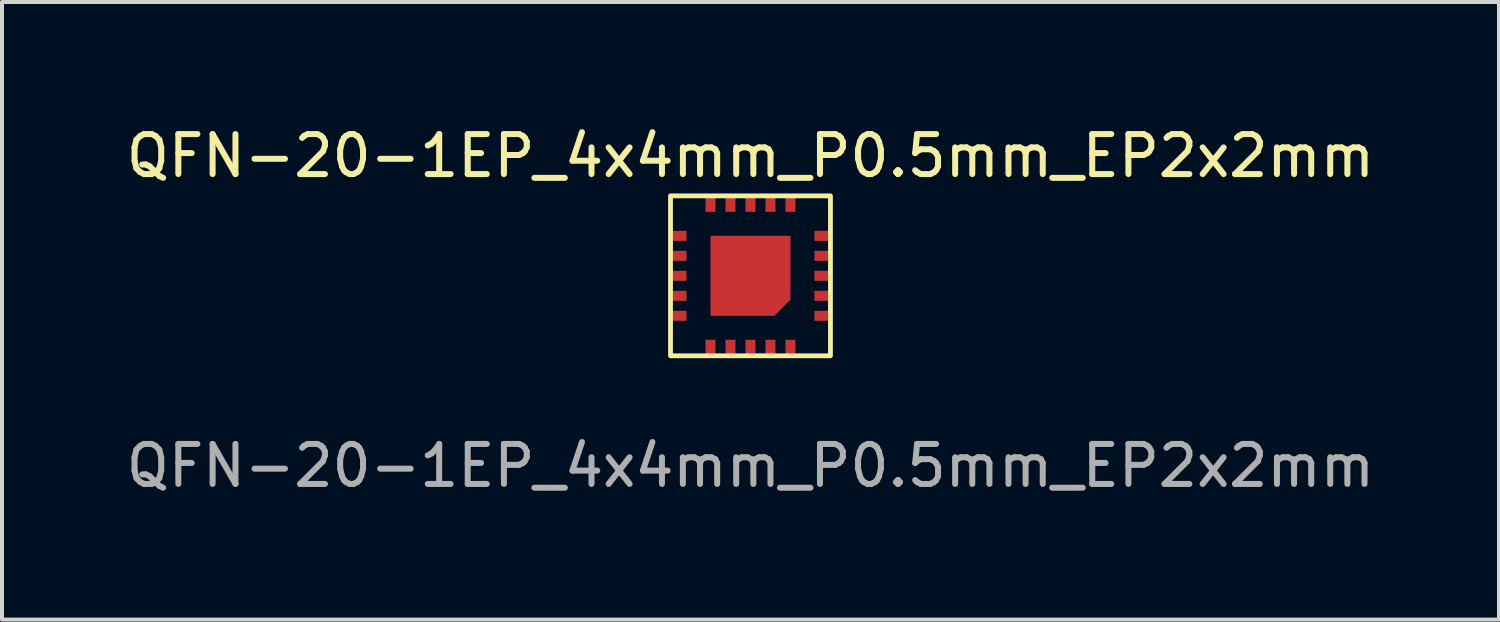
<source format=kicad_pcb>
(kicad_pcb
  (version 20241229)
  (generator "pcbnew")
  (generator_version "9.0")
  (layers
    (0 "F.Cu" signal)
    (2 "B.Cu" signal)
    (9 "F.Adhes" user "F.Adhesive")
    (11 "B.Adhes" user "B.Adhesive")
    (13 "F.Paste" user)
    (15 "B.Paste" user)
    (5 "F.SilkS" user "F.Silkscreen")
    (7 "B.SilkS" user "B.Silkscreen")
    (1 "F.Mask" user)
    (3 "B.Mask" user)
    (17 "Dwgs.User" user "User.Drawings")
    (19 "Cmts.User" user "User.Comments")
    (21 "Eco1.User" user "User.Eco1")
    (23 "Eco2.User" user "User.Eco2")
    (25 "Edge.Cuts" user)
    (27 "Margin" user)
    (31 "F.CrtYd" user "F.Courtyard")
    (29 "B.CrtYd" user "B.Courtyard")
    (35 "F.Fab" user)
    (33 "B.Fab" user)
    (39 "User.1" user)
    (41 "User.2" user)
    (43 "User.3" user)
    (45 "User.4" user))
  (footprint "QFN-20-1EP_4x4mm_P0.5mm_EP2x2mm"
    (layer "F.Cu")
    (at 15.72 3.848)
    (property "Reference" "QFN-20-1EP_4x4mm_P0.5mm_EP2x2mm" (at 0 -3 0) (unlocked yes) (layer "F.SilkS") (effects (font (size 1 1) (thickness 0.15))))
    (attr smd)
    (fp_rect (start -2 -2) (end 2 2) (stroke (width 0.12) (type solid)) (fill no) (layer "F.SilkS"))
    (fp_text user "${REFERENCE}" (at 0 4.75 0) (unlocked yes) (layer "F.Fab") (effects (font (size 1 1) (thickness 0.15))))
    (pad "1" smd rect (at 1 1.8 270) (size 0.4 0.25) (layers "F.Cu" "F.Mask" "F.Paste"))
    (pad "2" smd rect (at 0.5 1.8 270) (size 0.4 0.25) (layers "F.Cu" "F.Mask" "F.Paste"))
    (pad "3" smd rect (at 0 1.8 270) (size 0.4 0.25) (layers "F.Cu" "F.Mask" "F.Paste"))
    (pad "4" smd rect (at -0.5 1.8 270) (size 0.4 0.25) (layers "F.Cu" "F.Mask" "F.Paste"))
    (pad "5" smd rect (at -1 1.8 270) (size 0.4 0.25) (layers "F.Cu" "F.Mask" "F.Paste"))
    (pad "6" smd rect (at -1.8 1 270) (size 0.25 0.4) (layers "F.Cu" "F.Mask" "F.Paste"))
    (pad "7" smd rect (at -1.8 0.5 270) (size 0.25 0.4) (layers "F.Cu" "F.Mask" "F.Paste"))
    (pad "8" smd rect (at -1.8 0 270) (size 0.25 0.4) (layers "F.Cu" "F.Mask" "F.Paste"))
    (pad "9" smd rect (at -1.8 -0.5 270) (size 0.25 0.4) (layers "F.Cu" "F.Mask" "F.Paste"))
    (pad "10" smd rect (at -1.8 -1 270) (size 0.25 0.4) (layers "F.Cu" "F.Mask" "F.Paste"))
    (pad "11" smd rect (at -1 -1.8 270) (size 0.4 0.25) (layers "F.Cu" "F.Mask" "F.Paste"))
    (pad "12" smd rect (at -0.5 -1.8 270) (size 0.4 0.25) (layers "F.Cu" "F.Mask" "F.Paste"))
    (pad "13" smd rect (at 0 -1.8 270) (size 0.4 0.25) (layers "F.Cu" "F.Mask" "F.Paste"))
    (pad "14" smd rect (at 0.5 -1.8 270) (size 0.4 0.25) (layers "F.Cu" "F.Mask" "F.Paste"))
    (pad "15" smd rect (at 1 -1.8 270) (size 0.4 0.25) (layers "F.Cu" "F.Mask" "F.Paste"))
    (pad "16" smd rect (at 1.8 -1 270) (size 0.25 0.4) (layers "F.Cu" "F.Mask" "F.Paste"))
    (pad "17" smd rect (at 1.8 -0.5 270) (size 0.25 0.4) (layers "F.Cu" "F.Mask" "F.Paste"))
    (pad "18" smd rect (at 1.8 0 270) (size 0.25 0.4) (layers "F.Cu" "F.Mask" "F.Paste"))
    (pad "19" smd rect (at 1.8 0.5 270) (size 0.25 0.4) (layers "F.Cu" "F.Mask" "F.Paste"))
    (pad "20" smd rect (at 1.8 1 270) (size 0.25 0.4) (layers "F.Cu" "F.Mask" "F.Paste"))
    (pad "Thermal" smd roundrect (at 0 0) (size 2 2) (layers "F.Cu" "F.Mask" "F.Paste") (roundrect_rratio 0) (chamfer_ratio 0.2) (chamfer bottom_right)))
  (gr_rect
    (start -3 -3)
    (end 34.44 12.447)
    (stroke (width 0.1) (type default))
    (fill no)
    (layer "Edge.Cuts")))
</source>
